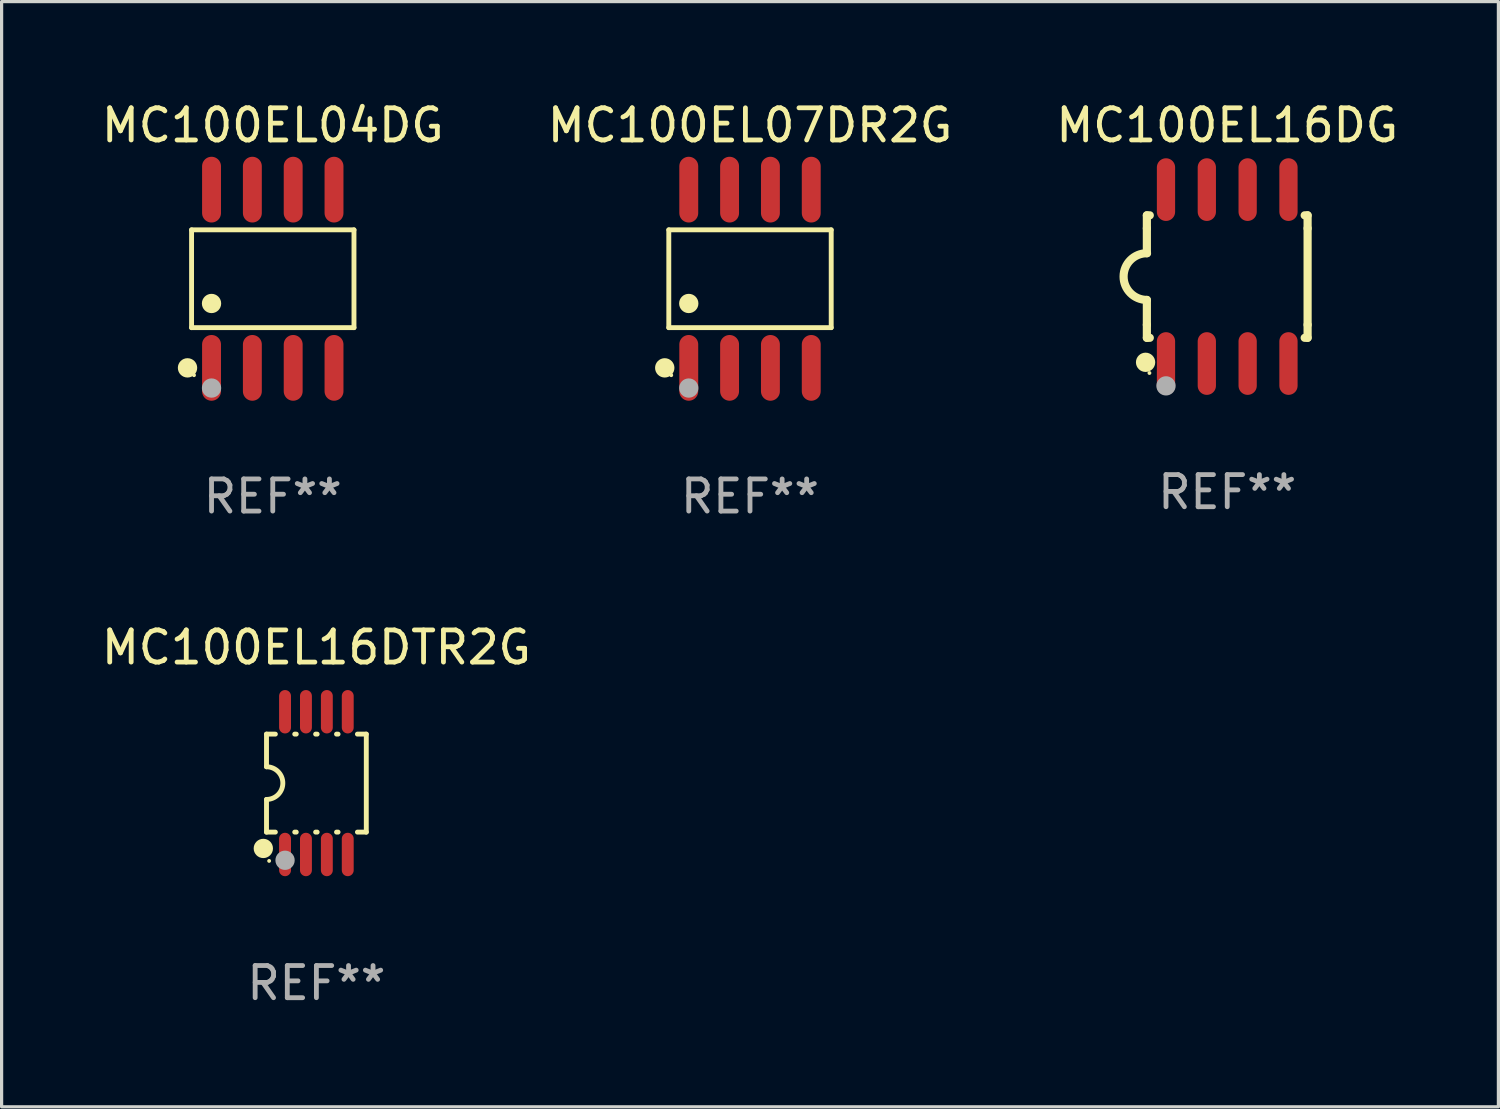
<source format=kicad_pcb>
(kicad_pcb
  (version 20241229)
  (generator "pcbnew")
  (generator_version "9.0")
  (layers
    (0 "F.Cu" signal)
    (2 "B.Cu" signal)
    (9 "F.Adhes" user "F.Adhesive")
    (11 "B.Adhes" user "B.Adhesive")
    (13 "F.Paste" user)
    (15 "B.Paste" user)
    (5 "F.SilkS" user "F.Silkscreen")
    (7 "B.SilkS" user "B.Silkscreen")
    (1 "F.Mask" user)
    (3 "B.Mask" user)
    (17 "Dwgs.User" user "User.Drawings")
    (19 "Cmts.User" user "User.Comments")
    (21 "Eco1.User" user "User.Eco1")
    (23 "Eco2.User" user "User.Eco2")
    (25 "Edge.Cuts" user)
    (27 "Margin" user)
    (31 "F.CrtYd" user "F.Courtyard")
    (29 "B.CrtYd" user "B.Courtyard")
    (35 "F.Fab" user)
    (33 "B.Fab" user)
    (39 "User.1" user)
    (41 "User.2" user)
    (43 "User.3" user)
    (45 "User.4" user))
  (footprint "MC100EL16DG"
    (layer "F.Cu")
    (at 35.125 5.553)
    (property "Reference" "MC100EL16DG" (at 0 -4.705 0) (layer "F.SilkS") (effects (font (size 1 1) (thickness 0.15))))
    (attr through_hole)
    (fp_line (start -2.5 -1.905) (end -2.409 -1.905) (stroke (width 0.254) (type solid)) (layer "F.SilkS"))
    (fp_line (start -2.5 -1.5) (end -2.5 -1.905) (stroke (width 0.254) (type solid)) (layer "F.SilkS"))
    (fp_line (start -2.5 -1.5) (end -2.5 -0.726) (stroke (width 0.254) (type solid)) (layer "F.SilkS"))
    (fp_line (start -2.5 1.5) (end -2.5 0.727) (stroke (width 0.254) (type solid)) (layer "F.SilkS"))
    (fp_line (start -2.5 1.5) (end -2.5 1.905) (stroke (width 0.254) (type solid)) (layer "F.SilkS"))
    (fp_line (start -2.5 1.905) (end -2.409 1.905) (stroke (width 0.254) (type solid)) (layer "F.SilkS"))
    (fp_line (start 2.5 -1.905) (end 2.409 -1.905) (stroke (width 0.254) (type solid)) (layer "F.SilkS"))
    (fp_line (start 2.5 -1.5) (end 2.5 -1.905) (stroke (width 0.254) (type solid)) (layer "F.SilkS"))
    (fp_line (start 2.5 -1.5) (end 2.5 1.5) (stroke (width 0.254) (type solid)) (layer "F.SilkS"))
    (fp_line (start 2.5 1.5) (end 2.5 1.905) (stroke (width 0.254) (type solid)) (layer "F.SilkS"))
    (fp_line (start 2.5 1.905) (end 2.409 1.905) (stroke (width 0.254) (type solid)) (layer "F.SilkS"))
    (fp_arc (start -2.5 0.726568) (mid -3.220316 -0.0023) (end -2.495097 -0.726289) (stroke (width 0.254001) (type solid)) (layer "F.SilkS"))
    (fp_circle (center -2.54 2.667) (end -2.39 2.667) (stroke (width 0.3) (type solid)) (fill no) (layer "F.SilkS"))
    (fp_circle (center -2.42 3) (end -2.39 3) (stroke (width 0.06) (type solid)) (fill no) (layer "F.SilkS"))
    (fp_circle (center -1.905 3.4) (end -1.755 3.4) (stroke (width 0.3) (type solid)) (fill no) (layer "F.Fab"))
    (fp_text user "REF**" (at 0 6.705 0) (layer "F.Fab") (effects (font (size 1 1) (thickness 0.15))))
    (pad "1" smd oval (at -1.905 2.705) (size 0.568 1.95) (layers "F.Cu" "F.Mask" "F.Paste"))
    (pad "2" smd oval (at -0.635 2.705) (size 0.568 1.95) (layers "F.Cu" "F.Mask" "F.Paste"))
    (pad "3" smd oval (at 0.635 2.705) (size 0.568 1.95) (layers "F.Cu" "F.Mask" "F.Paste"))
    (pad "4" smd oval (at 1.905 2.705) (size 0.568 1.95) (layers "F.Cu" "F.Mask" "F.Paste"))
    (pad "5" smd oval (at 1.905 -2.705) (size 0.568 1.95) (layers "F.Cu" "F.Mask" "F.Paste"))
    (pad "6" smd oval (at 0.635 -2.705) (size 0.568 1.95) (layers "F.Cu" "F.Mask" "F.Paste"))
    (pad "7" smd oval (at -0.635 -2.705) (size 0.568 1.95) (layers "F.Cu" "F.Mask" "F.Paste"))
    (pad "8" smd oval (at -1.905 -2.705) (size 0.568 1.95) (layers "F.Cu" "F.Mask" "F.Paste")))
  (footprint "MC100EL16DTR2G"
    (layer "F.Cu")
    (at 6.792 21.31)
    (property "Reference" "MC100EL16DTR2G" (at 0 -4.22 0) (layer "F.SilkS") (effects (font (size 1 1) (thickness 0.15))))
    (attr through_hole)
    (fp_line (start -1.552 -1.524) (end -1.276 -1.524) (stroke (width 0.152) (type solid)) (layer "F.SilkS"))
    (fp_line (start -1.552 -0.508) (end -1.552 -1.524) (stroke (width 0.152) (type solid)) (layer "F.SilkS"))
    (fp_line (start -1.552 1.524) (end -1.552 0.508) (stroke (width 0.152) (type solid)) (layer "F.SilkS"))
    (fp_line (start -1.552 1.524) (end -1.276 1.524) (stroke (width 0.152) (type solid)) (layer "F.SilkS"))
    (fp_line (start -0.674 -1.524) (end -0.626 -1.524) (stroke (width 0.152) (type solid)) (layer "F.SilkS"))
    (fp_line (start -0.674 1.524) (end -0.626 1.524) (stroke (width 0.152) (type solid)) (layer "F.SilkS"))
    (fp_line (start -0.024 -1.524) (end 0.024 -1.524) (stroke (width 0.152) (type solid)) (layer "F.SilkS"))
    (fp_line (start -0.024 1.524) (end 0.024 1.524) (stroke (width 0.152) (type solid)) (layer "F.SilkS"))
    (fp_line (start 0.626 -1.524) (end 0.674 -1.524) (stroke (width 0.152) (type solid)) (layer "F.SilkS"))
    (fp_line (start 0.626 1.524) (end 0.674 1.524) (stroke (width 0.152) (type solid)) (layer "F.SilkS"))
    (fp_line (start 1.276 1.524) (end 1.552 1.524) (stroke (width 0.152) (type solid)) (layer "F.SilkS"))
    (fp_line (start 1.276 -1.524) (end 1.552 -1.524) (stroke (width 0.152) (type solid)) (layer "F.SilkS"))
    (fp_line (start 1.552 -1.524) (end 1.552 1.524) (stroke (width 0.152) (type solid)) (layer "F.SilkS"))
    (fp_arc (start -1.551943 -0.508001) (mid -1.043942 0) (end -1.551943 0.508001) (stroke (width 0.151994) (type solid)) (layer "F.SilkS"))
    (fp_circle (center -1.651 2.032) (end -1.501 2.032) (stroke (width 0.3) (type solid)) (fill no) (layer "F.SilkS"))
    (fp_circle (center -1.47 2.42) (end -1.44 2.42) (stroke (width 0.06) (type solid)) (fill no) (layer "F.SilkS"))
    (fp_circle (center -0.975 2.4) (end -0.825 2.4) (stroke (width 0.3) (type solid)) (fill no) (layer "F.Fab"))
    (fp_text user "REF**" (at 0 6.22 0) (layer "F.Fab") (effects (font (size 1 1) (thickness 0.15))))
    (pad "1" smd oval (at -0.975 2.22) (size 0.37 1.35) (layers "F.Cu" "F.Mask" "F.Paste"))
    (pad "2" smd oval (at -0.325 2.22) (size 0.37 1.35) (layers "F.Cu" "F.Mask" "F.Paste"))
    (pad "3" smd oval (at 0.325 2.22) (size 0.37 1.35) (layers "F.Cu" "F.Mask" "F.Paste"))
    (pad "4" smd oval (at 0.975 2.22) (size 0.37 1.35) (layers "F.Cu" "F.Mask" "F.Paste"))
    (pad "5" smd oval (at 0.975 -2.22) (size 0.37 1.35) (layers "F.Cu" "F.Mask" "F.Paste"))
    (pad "6" smd oval (at 0.325 -2.22) (size 0.37 1.35) (layers "F.Cu" "F.Mask" "F.Paste"))
    (pad "7" smd oval (at -0.325 -2.22) (size 0.37 1.35) (layers "F.Cu" "F.Mask" "F.Paste"))
    (pad "8" smd oval (at -0.975 -2.22) (size 0.37 1.35) (layers "F.Cu" "F.Mask" "F.Paste")))
  (footprint "MC100EL04DG"
    (layer "F.Cu")
    (at 5.435 5.621)
    (property "Reference" "MC100EL04DG" (at 0 -4.772 0) (layer "F.SilkS") (effects (font (size 1 1) (thickness 0.15))))
    (attr through_hole)
    (fp_line (start -2.526 -1.521) (end 2.526 -1.521) (stroke (width 0.152) (type solid)) (layer "F.SilkS"))
    (fp_line (start -2.526 1.521) (end -2.526 -1.521) (stroke (width 0.152) (type solid)) (layer "F.SilkS"))
    (fp_line (start 2.526 -1.521) (end 2.526 1.521) (stroke (width 0.152) (type solid)) (layer "F.SilkS"))
    (fp_line (start 2.526 1.521) (end -2.526 1.521) (stroke (width 0.152) (type solid)) (layer "F.SilkS"))
    (fp_circle (center -2.652 2.772) (end -2.501 2.772) (stroke (width 0.3) (type solid)) (fill no) (layer "F.SilkS"))
    (fp_circle (center -2.45 3) (end -2.42 3) (stroke (width 0.06) (type solid)) (fill no) (layer "F.SilkS"))
    (fp_circle (center -1.905 0.769) (end -1.755 0.769) (stroke (width 0.3) (type solid)) (fill no) (layer "F.SilkS"))
    (fp_circle (center -1.905 3.4) (end -1.755 3.4) (stroke (width 0.3) (type solid)) (fill no) (layer "F.Fab"))
    (fp_text user "REF**" (at 0 6.772 0) (layer "F.Fab") (effects (font (size 1 1) (thickness 0.15))))
    (pad "1" smd oval (at -1.905 2.772) (size 0.588 2.045) (layers "F.Cu" "F.Mask" "F.Paste"))
    (pad "2" smd oval (at -0.635 2.772) (size 0.588 2.045) (layers "F.Cu" "F.Mask" "F.Paste"))
    (pad "3" smd oval (at 0.635 2.772) (size 0.588 2.045) (layers "F.Cu" "F.Mask" "F.Paste"))
    (pad "4" smd oval (at 1.905 2.772) (size 0.588 2.045) (layers "F.Cu" "F.Mask" "F.Paste"))
    (pad "5" smd oval (at 1.905 -2.772) (size 0.588 2.045) (layers "F.Cu" "F.Mask" "F.Paste"))
    (pad "6" smd oval (at 0.635 -2.772) (size 0.588 2.045) (layers "F.Cu" "F.Mask" "F.Paste"))
    (pad "7" smd oval (at -0.635 -2.772) (size 0.588 2.045) (layers "F.Cu" "F.Mask" "F.Paste"))
    (pad "8" smd oval (at -1.905 -2.772) (size 0.588 2.045) (layers "F.Cu" "F.Mask" "F.Paste")))
  (footprint "MC100EL07DR2G"
    (layer "F.Cu")
    (at 20.28 5.621)
    (property "Reference" "MC100EL07DR2G" (at 0 -4.772 0) (layer "F.SilkS") (effects (font (size 1 1) (thickness 0.15))))
    (attr through_hole)
    (fp_line (start -2.526 -1.521) (end 2.526 -1.521) (stroke (width 0.152) (type solid)) (layer "F.SilkS"))
    (fp_line (start -2.526 1.521) (end -2.526 -1.521) (stroke (width 0.152) (type solid)) (layer "F.SilkS"))
    (fp_line (start 2.526 -1.521) (end 2.526 1.521) (stroke (width 0.152) (type solid)) (layer "F.SilkS"))
    (fp_line (start 2.526 1.521) (end -2.526 1.521) (stroke (width 0.152) (type solid)) (layer "F.SilkS"))
    (fp_circle (center -2.652 2.772) (end -2.501 2.772) (stroke (width 0.3) (type solid)) (fill no) (layer "F.SilkS"))
    (fp_circle (center -2.45 3) (end -2.42 3) (stroke (width 0.06) (type solid)) (fill no) (layer "F.SilkS"))
    (fp_circle (center -1.905 0.769) (end -1.755 0.769) (stroke (width 0.3) (type solid)) (fill no) (layer "F.SilkS"))
    (fp_circle (center -1.905 3.4) (end -1.755 3.4) (stroke (width 0.3) (type solid)) (fill no) (layer "F.Fab"))
    (fp_text user "REF**" (at 0 6.772 0) (layer "F.Fab") (effects (font (size 1 1) (thickness 0.15))))
    (pad "1" smd oval (at -1.905 2.772) (size 0.588 2.045) (layers "F.Cu" "F.Mask" "F.Paste"))
    (pad "2" smd oval (at -0.635 2.772) (size 0.588 2.045) (layers "F.Cu" "F.Mask" "F.Paste"))
    (pad "3" smd oval (at 0.635 2.772) (size 0.588 2.045) (layers "F.Cu" "F.Mask" "F.Paste"))
    (pad "4" smd oval (at 1.905 2.772) (size 0.588 2.045) (layers "F.Cu" "F.Mask" "F.Paste"))
    (pad "5" smd oval (at 1.905 -2.772) (size 0.588 2.045) (layers "F.Cu" "F.Mask" "F.Paste"))
    (pad "6" smd oval (at 0.635 -2.772) (size 0.588 2.045) (layers "F.Cu" "F.Mask" "F.Paste"))
    (pad "7" smd oval (at -0.635 -2.772) (size 0.588 2.045) (layers "F.Cu" "F.Mask" "F.Paste"))
    (pad "8" smd oval (at -1.905 -2.772) (size 0.588 2.045) (layers "F.Cu" "F.Mask" "F.Paste")))
  (gr_rect
    (start -3 -3)
    (end 43.56 31.378)
    (stroke (width 0.1) (type default))
    (fill no)
    (layer "Edge.Cuts")))
</source>
